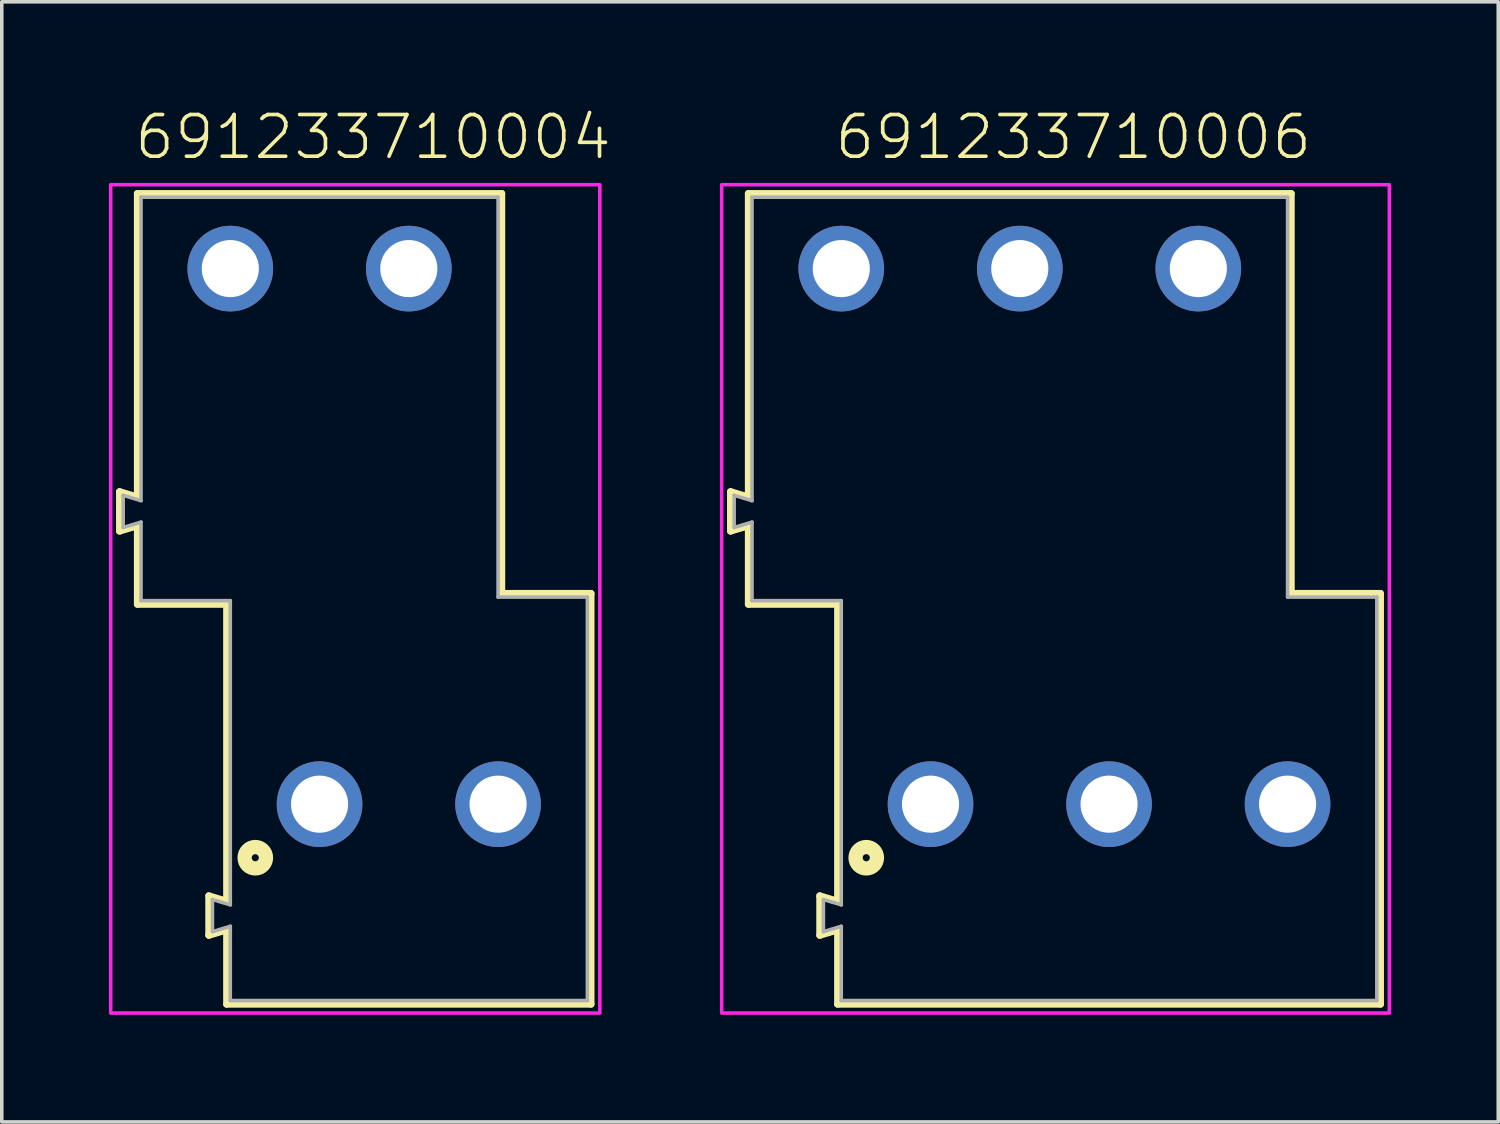
<source format=kicad_pcb>
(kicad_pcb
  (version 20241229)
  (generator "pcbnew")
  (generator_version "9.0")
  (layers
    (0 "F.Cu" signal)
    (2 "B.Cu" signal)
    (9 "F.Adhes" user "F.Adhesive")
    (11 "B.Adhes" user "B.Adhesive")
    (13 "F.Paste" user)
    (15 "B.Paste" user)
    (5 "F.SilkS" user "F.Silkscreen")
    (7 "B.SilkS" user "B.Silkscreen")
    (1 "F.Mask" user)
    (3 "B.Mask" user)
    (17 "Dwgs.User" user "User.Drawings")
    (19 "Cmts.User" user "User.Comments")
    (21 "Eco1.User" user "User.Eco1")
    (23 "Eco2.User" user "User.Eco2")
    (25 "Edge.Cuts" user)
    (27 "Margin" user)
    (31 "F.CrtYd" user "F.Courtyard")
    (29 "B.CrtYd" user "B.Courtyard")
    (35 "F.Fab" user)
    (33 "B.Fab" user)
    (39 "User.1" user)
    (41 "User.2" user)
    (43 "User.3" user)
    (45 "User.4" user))
  (footprint "691233710006"
    (layer "F.Cu")
    (at 28.012 19.473)
    (property "Reference" "691233710006" (at -1 -18 0) (unlocked yes) (layer "F.SilkS") (effects (font (size 1.168 1.168) (thickness 0.102)) (justify bottom)))
    (fp_line (start -10.6 -8.75) (end -10.1 -8.6) (stroke (width 0.2) (type solid)) (layer "F.SilkS"))
    (fp_line (start -10.6 -7.65) (end -10.6 -8.75) (stroke (width 0.2) (type solid)) (layer "F.SilkS"))
    (fp_line (start -10.1 -17.1) (end 5.1 -17.1) (stroke (width 0.2) (type solid)) (layer "F.SilkS"))
    (fp_line (start -10.1 -8.6) (end -10.1 -17.1) (stroke (width 0.2) (type solid)) (layer "F.SilkS"))
    (fp_line (start -10.1 -7.8) (end -10.6 -7.65) (stroke (width 0.2) (type solid)) (layer "F.SilkS"))
    (fp_line (start -10.1 -5.6) (end -10.1 -7.8) (stroke (width 0.2) (type solid)) (layer "F.SilkS"))
    (fp_line (start -8.1 2.57) (end -7.6 2.72) (stroke (width 0.2) (type solid)) (layer "F.SilkS"))
    (fp_line (start -8.1 3.67) (end -8.1 2.57) (stroke (width 0.2) (type solid)) (layer "F.SilkS"))
    (fp_line (start -7.6 -5.6) (end -10.1 -5.6) (stroke (width 0.2) (type solid)) (layer "F.SilkS"))
    (fp_line (start -7.6 2.72) (end -7.6 -5.6) (stroke (width 0.2) (type solid)) (layer "F.SilkS"))
    (fp_line (start -7.6 3.52) (end -8.1 3.67) (stroke (width 0.2) (type solid)) (layer "F.SilkS"))
    (fp_line (start -7.6 5.6) (end -7.6 3.52) (stroke (width 0.2) (type solid)) (layer "F.SilkS"))
    (fp_line (start 5.1 -17.1) (end 5.1 -5.9) (stroke (width 0.2) (type solid)) (layer "F.SilkS"))
    (fp_line (start 5.1 -5.9) (end 7.6 -5.9) (stroke (width 0.2) (type solid)) (layer "F.SilkS"))
    (fp_line (start 7.6 -5.9) (end 7.6 5.6) (stroke (width 0.2) (type solid)) (layer "F.SilkS"))
    (fp_line (start 7.6 5.6) (end -7.6 5.6) (stroke (width 0.2) (type solid)) (layer "F.SilkS"))
    (fp_circle (center -6.8 1.5) (end -6.7 1.5) (stroke (width 0.4) (type solid)) (fill no) (layer "F.SilkS"))
    (fp_poly (pts (xy 7.85 5.85) (xy -10.85 5.85) (xy -10.85 -17.35) (xy 7.85 -17.35)) (stroke (width 0.1) (type default)) (fill no) (layer "F.CrtYd"))
    (fp_line (start -10.5 -8.65) (end -10 -8.5) (stroke (width 0.1) (type solid)) (layer "F.Fab"))
    (fp_line (start -10.5 -7.75) (end -10.5 -8.65) (stroke (width 0.1) (type solid)) (layer "F.Fab"))
    (fp_line (start -10 -17) (end -10 -8.5) (stroke (width 0.1) (type solid)) (layer "F.Fab"))
    (fp_line (start -10 -7.9) (end -10.5 -7.75) (stroke (width 0.1) (type solid)) (layer "F.Fab"))
    (fp_line (start -10 -7.9) (end -10 -5.7) (stroke (width 0.1) (type solid)) (layer "F.Fab"))
    (fp_line (start -10 -5.7) (end -7.5 -5.7) (stroke (width 0.1) (type solid)) (layer "F.Fab"))
    (fp_line (start -8 2.67) (end -7.5 2.82) (stroke (width 0.1) (type solid)) (layer "F.Fab"))
    (fp_line (start -8 3.57) (end -8 2.67) (stroke (width 0.1) (type solid)) (layer "F.Fab"))
    (fp_line (start -7.5 -5.7) (end -7.5 2.82) (stroke (width 0.1) (type solid)) (layer "F.Fab"))
    (fp_line (start -7.5 3.42) (end -8 3.57) (stroke (width 0.1) (type solid)) (layer "F.Fab"))
    (fp_line (start -7.5 3.42) (end -7.5 5.5) (stroke (width 0.1) (type solid)) (layer "F.Fab"))
    (fp_line (start -7.5 5.5) (end 7.5 5.5) (stroke (width 0.1) (type solid)) (layer "F.Fab"))
    (fp_line (start 5 -17) (end -10 -17) (stroke (width 0.1) (type solid)) (layer "F.Fab"))
    (fp_line (start 5 -5.8) (end 5 -17) (stroke (width 0.1) (type solid)) (layer "F.Fab"))
    (fp_line (start 7.5 -5.8) (end 5 -5.8) (stroke (width 0.1) (type solid)) (layer "F.Fab"))
    (fp_line (start 7.5 5.5) (end 7.5 -5.8) (stroke (width 0.1) (type solid)) (layer "F.Fab"))
    (pad "1" thru_hole circle (at -5 0) (size 2.4 2.4) (drill 1.6) (layers "*.Cu" "*.Mask"))
    (pad "2" thru_hole circle (at 0 0) (size 2.4 2.4) (drill 1.6) (layers "*.Cu" "*.Mask"))
    (pad "3" thru_hole circle (at 5 0) (size 2.4 2.4) (drill 1.6) (layers "*.Cu" "*.Mask"))
    (pad "4" thru_hole circle (at -7.5 -15) (size 2.4 2.4) (drill 1.6) (layers "*.Cu" "*.Mask"))
    (pad "5" thru_hole circle (at -2.5 -15) (size 2.4 2.4) (drill 1.6) (layers "*.Cu" "*.Mask"))
    (pad "6" thru_hole circle (at 2.5 -15) (size 2.4 2.4) (drill 1.6) (layers "*.Cu" "*.Mask")))
  (footprint "691233710004"
    (layer "F.Cu")
    (at 8.4 19.473)
    (property "Reference" "691233710004" (at -1 -18 0) (unlocked yes) (layer "F.SilkS") (effects (font (size 1.168 1.168) (thickness 0.102)) (justify bottom)))
    (fp_line (start -8.1 -8.75) (end -7.6 -8.6) (stroke (width 0.2) (type solid)) (layer "F.SilkS"))
    (fp_line (start -8.1 -7.65) (end -8.1 -8.75) (stroke (width 0.2) (type solid)) (layer "F.SilkS"))
    (fp_line (start -7.6 -17.1) (end 2.6 -17.1) (stroke (width 0.2) (type solid)) (layer "F.SilkS"))
    (fp_line (start -7.6 -8.6) (end -7.6 -17.1) (stroke (width 0.2) (type solid)) (layer "F.SilkS"))
    (fp_line (start -7.6 -7.8) (end -8.1 -7.65) (stroke (width 0.2) (type solid)) (layer "F.SilkS"))
    (fp_line (start -7.6 -5.6) (end -7.6 -7.8) (stroke (width 0.2) (type solid)) (layer "F.SilkS"))
    (fp_line (start -5.6 2.57) (end -5.1 2.72) (stroke (width 0.2) (type solid)) (layer "F.SilkS"))
    (fp_line (start -5.6 3.67) (end -5.6 2.57) (stroke (width 0.2) (type solid)) (layer "F.SilkS"))
    (fp_line (start -5.1 -5.6) (end -7.6 -5.6) (stroke (width 0.2) (type solid)) (layer "F.SilkS"))
    (fp_line (start -5.1 2.72) (end -5.1 -5.6) (stroke (width 0.2) (type solid)) (layer "F.SilkS"))
    (fp_line (start -5.1 3.52) (end -5.6 3.67) (stroke (width 0.2) (type solid)) (layer "F.SilkS"))
    (fp_line (start -5.1 5.6) (end -5.1 3.52) (stroke (width 0.2) (type solid)) (layer "F.SilkS"))
    (fp_line (start 2.6 -17.1) (end 2.6 -5.9) (stroke (width 0.2) (type solid)) (layer "F.SilkS"))
    (fp_line (start 2.6 -5.9) (end 5.1 -5.9) (stroke (width 0.2) (type solid)) (layer "F.SilkS"))
    (fp_line (start 5.1 -5.9) (end 5.1 5.6) (stroke (width 0.2) (type solid)) (layer "F.SilkS"))
    (fp_line (start 5.1 5.6) (end -5.1 5.6) (stroke (width 0.2) (type solid)) (layer "F.SilkS"))
    (fp_circle (center -4.3 1.5) (end -4.2 1.5) (stroke (width 0.4) (type solid)) (fill no) (layer "F.SilkS"))
    (fp_poly (pts (xy 5.35 5.85) (xy -8.35 5.85) (xy -8.35 -17.35) (xy 5.35 -17.35)) (stroke (width 0.1) (type default)) (fill no) (layer "F.CrtYd"))
    (fp_line (start -8 -8.65) (end -7.5 -8.5) (stroke (width 0.1) (type solid)) (layer "F.Fab"))
    (fp_line (start -8 -7.75) (end -8 -8.65) (stroke (width 0.1) (type solid)) (layer "F.Fab"))
    (fp_line (start -7.5 -17) (end -7.5 -8.5) (stroke (width 0.1) (type solid)) (layer "F.Fab"))
    (fp_line (start -7.5 -7.9) (end -8 -7.75) (stroke (width 0.1) (type solid)) (layer "F.Fab"))
    (fp_line (start -7.5 -7.9) (end -7.5 -5.7) (stroke (width 0.1) (type solid)) (layer "F.Fab"))
    (fp_line (start -7.5 -5.7) (end -5 -5.7) (stroke (width 0.1) (type solid)) (layer "F.Fab"))
    (fp_line (start -5.5 2.67) (end -5 2.82) (stroke (width 0.1) (type solid)) (layer "F.Fab"))
    (fp_line (start -5.5 3.57) (end -5.5 2.67) (stroke (width 0.1) (type solid)) (layer "F.Fab"))
    (fp_line (start -5 -5.7) (end -5 2.82) (stroke (width 0.1) (type solid)) (layer "F.Fab"))
    (fp_line (start -5 3.42) (end -5.5 3.57) (stroke (width 0.1) (type solid)) (layer "F.Fab"))
    (fp_line (start -5 3.42) (end -5 5.5) (stroke (width 0.1) (type solid)) (layer "F.Fab"))
    (fp_line (start -5 5.5) (end 5 5.5) (stroke (width 0.1) (type solid)) (layer "F.Fab"))
    (fp_line (start 2.5 -17) (end -7.5 -17) (stroke (width 0.1) (type solid)) (layer "F.Fab"))
    (fp_line (start 2.5 -5.8) (end 2.5 -17) (stroke (width 0.1) (type solid)) (layer "F.Fab"))
    (fp_line (start 5 -5.8) (end 2.5 -5.8) (stroke (width 0.1) (type solid)) (layer "F.Fab"))
    (fp_line (start 5 5.5) (end 5 -5.8) (stroke (width 0.1) (type solid)) (layer "F.Fab"))
    (pad "1" thru_hole circle (at -2.5 0) (size 2.4 2.4) (drill 1.6) (layers "*.Cu" "*.Mask"))
    (pad "2" thru_hole circle (at 2.5 0) (size 2.4 2.4) (drill 1.6) (layers "*.Cu" "*.Mask"))
    (pad "3" thru_hole circle (at -5 -15) (size 2.4 2.4) (drill 1.6) (layers "*.Cu" "*.Mask"))
    (pad "4" thru_hole circle (at 0 -15) (size 2.4 2.4) (drill 1.6) (layers "*.Cu" "*.Mask")))
  (gr_rect
    (start -3 -3)
    (end 38.912 28.373)
    (stroke (width 0.1) (type default))
    (fill no)
    (layer "Edge.Cuts")))
</source>
